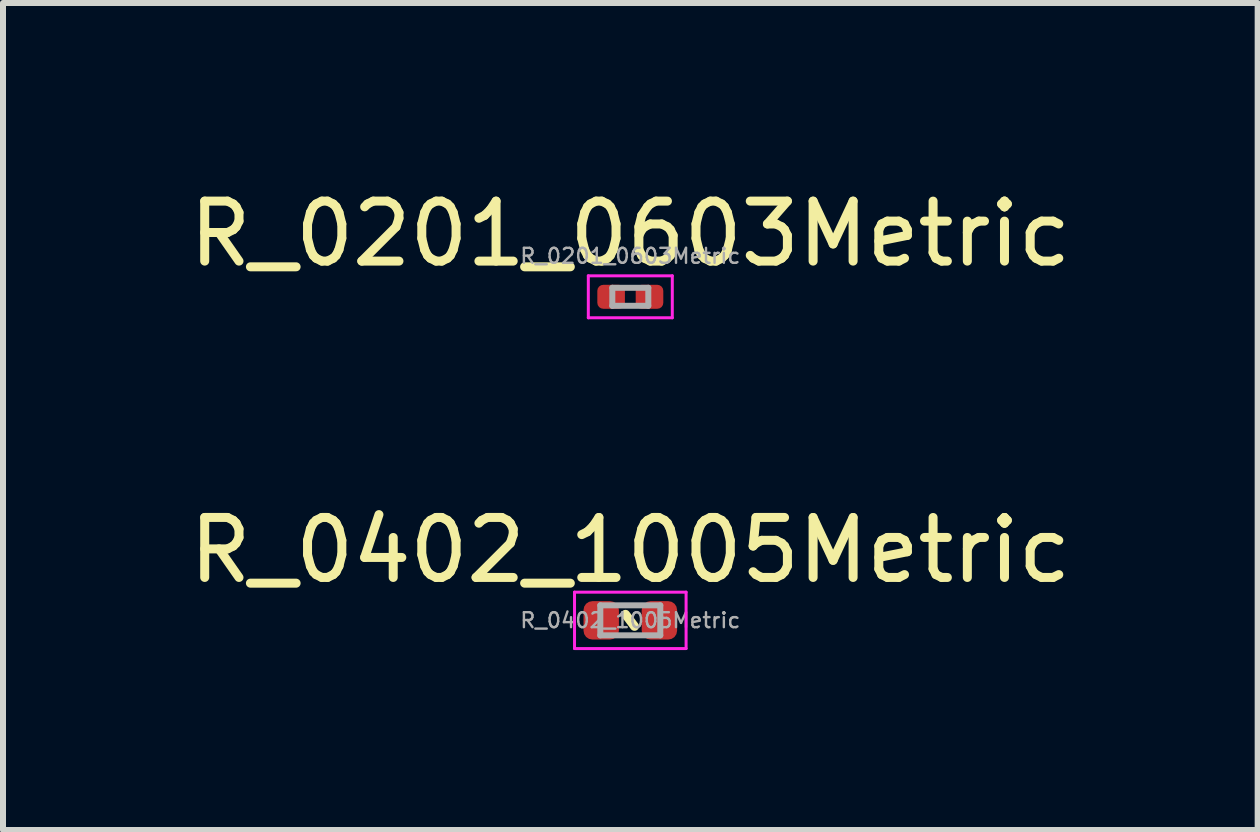
<source format=kicad_pcb>
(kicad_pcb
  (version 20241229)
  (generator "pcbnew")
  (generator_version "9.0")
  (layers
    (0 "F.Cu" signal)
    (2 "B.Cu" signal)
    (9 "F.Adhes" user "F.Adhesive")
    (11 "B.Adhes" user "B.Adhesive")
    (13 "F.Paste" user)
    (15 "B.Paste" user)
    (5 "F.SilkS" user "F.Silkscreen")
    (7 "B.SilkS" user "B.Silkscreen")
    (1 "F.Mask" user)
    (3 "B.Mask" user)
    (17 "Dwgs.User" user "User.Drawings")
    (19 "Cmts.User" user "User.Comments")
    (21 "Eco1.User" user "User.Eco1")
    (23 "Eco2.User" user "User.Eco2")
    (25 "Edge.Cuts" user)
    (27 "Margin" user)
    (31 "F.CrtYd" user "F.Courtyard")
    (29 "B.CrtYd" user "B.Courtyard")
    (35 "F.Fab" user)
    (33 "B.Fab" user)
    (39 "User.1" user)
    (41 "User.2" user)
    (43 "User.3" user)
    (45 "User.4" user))
  (footprint "R_0201_0603Metric"
    (layer "F.Cu")
    (at 7.458 1.898)
    (property "Reference" "R_0201_0603Metric" (at 0 -1.05 0) (layer "F.SilkS") (effects (font (size 1 1) (thickness 0.15))))
    (attr smd)
    (fp_line (start -0.7 -0.35) (end 0.7 -0.35) (stroke (width 0.05) (type solid)) (layer "F.CrtYd"))
    (fp_line (start -0.7 0.35) (end -0.7 -0.35) (stroke (width 0.05) (type solid)) (layer "F.CrtYd"))
    (fp_line (start 0.7 -0.35) (end 0.7 0.35) (stroke (width 0.05) (type solid)) (layer "F.CrtYd"))
    (fp_line (start 0.7 0.35) (end -0.7 0.35) (stroke (width 0.05) (type solid)) (layer "F.CrtYd"))
    (fp_line (start -0.3 -0.15) (end 0.3 -0.15) (stroke (width 0.1) (type solid)) (layer "F.Fab"))
    (fp_line (start -0.3 0.15) (end -0.3 -0.15) (stroke (width 0.1) (type solid)) (layer "F.Fab"))
    (fp_line (start 0.3 -0.15) (end 0.3 0.15) (stroke (width 0.1) (type solid)) (layer "F.Fab"))
    (fp_line (start 0.3 0.15) (end -0.3 0.15) (stroke (width 0.1) (type solid)) (layer "F.Fab"))
    (fp_text user "${REFERENCE}" (at 0 -0.68 0) (layer "F.Fab") (effects (font (size 0.25 0.25) (thickness 0.04))))
    (pad "" smd roundrect (at -0.345 0) (size 0.318 0.36) (layers "F.Paste") (roundrect_rratio 0.25))
    (pad "" smd roundrect (at 0.345 0) (size 0.318 0.36) (layers "F.Paste") (roundrect_rratio 0.25))
    (pad "1" smd roundrect (at -0.32 0) (size 0.46 0.4) (layers "F.Cu" "F.Mask") (roundrect_rratio 0.25))
    (pad "2" smd roundrect (at 0.32 0) (size 0.46 0.4) (layers "F.Cu" "F.Mask") (roundrect_rratio 0.25)))
  (footprint "R_0402_1005Metric"
    (layer "F.Cu")
    (at 7.458 7.292)
    (property "Reference" "R_0402_1005Metric" (at 0 -1.17 0) (layer "F.SilkS") (effects (font (size 1 1) (thickness 0.15))))
    (attr smd)
    (fp_line (start -0.08 -0.1) (end 0.07 0.1) (stroke (width 0.15) (type solid)) (layer "F.SilkS"))
    (fp_line (start -0.93 -0.47) (end 0.93 -0.47) (stroke (width 0.05) (type solid)) (layer "F.CrtYd"))
    (fp_line (start -0.93 0.47) (end -0.93 -0.47) (stroke (width 0.05) (type solid)) (layer "F.CrtYd"))
    (fp_line (start 0.93 -0.47) (end 0.93 0.47) (stroke (width 0.05) (type solid)) (layer "F.CrtYd"))
    (fp_line (start 0.93 0.47) (end -0.93 0.47) (stroke (width 0.05) (type solid)) (layer "F.CrtYd"))
    (fp_line (start -0.5 -0.25) (end 0.5 -0.25) (stroke (width 0.1) (type solid)) (layer "F.Fab"))
    (fp_line (start -0.5 0.25) (end -0.5 -0.25) (stroke (width 0.1) (type solid)) (layer "F.Fab"))
    (fp_line (start 0.5 -0.25) (end 0.5 0.25) (stroke (width 0.1) (type solid)) (layer "F.Fab"))
    (fp_line (start 0.5 0.25) (end -0.5 0.25) (stroke (width 0.1) (type solid)) (layer "F.Fab"))
    (fp_text user "${REFERENCE}" (at 0 0 0) (layer "F.Fab") (effects (font (size 0.25 0.25) (thickness 0.04))))
    (pad "1" smd roundrect (at -0.485 0) (size 0.59 0.64) (layers "F.Cu" "F.Mask" "F.Paste") (roundrect_rratio 0.25))
    (pad "2" smd roundrect (at 0.485 0) (size 0.59 0.64) (layers "F.Cu" "F.Mask" "F.Paste") (roundrect_rratio 0.25)))
  (gr_rect
    (start -3 -3)
    (end 17.917 10.787)
    (stroke (width 0.1) (type default))
    (fill no)
    (layer "Edge.Cuts")))
</source>
